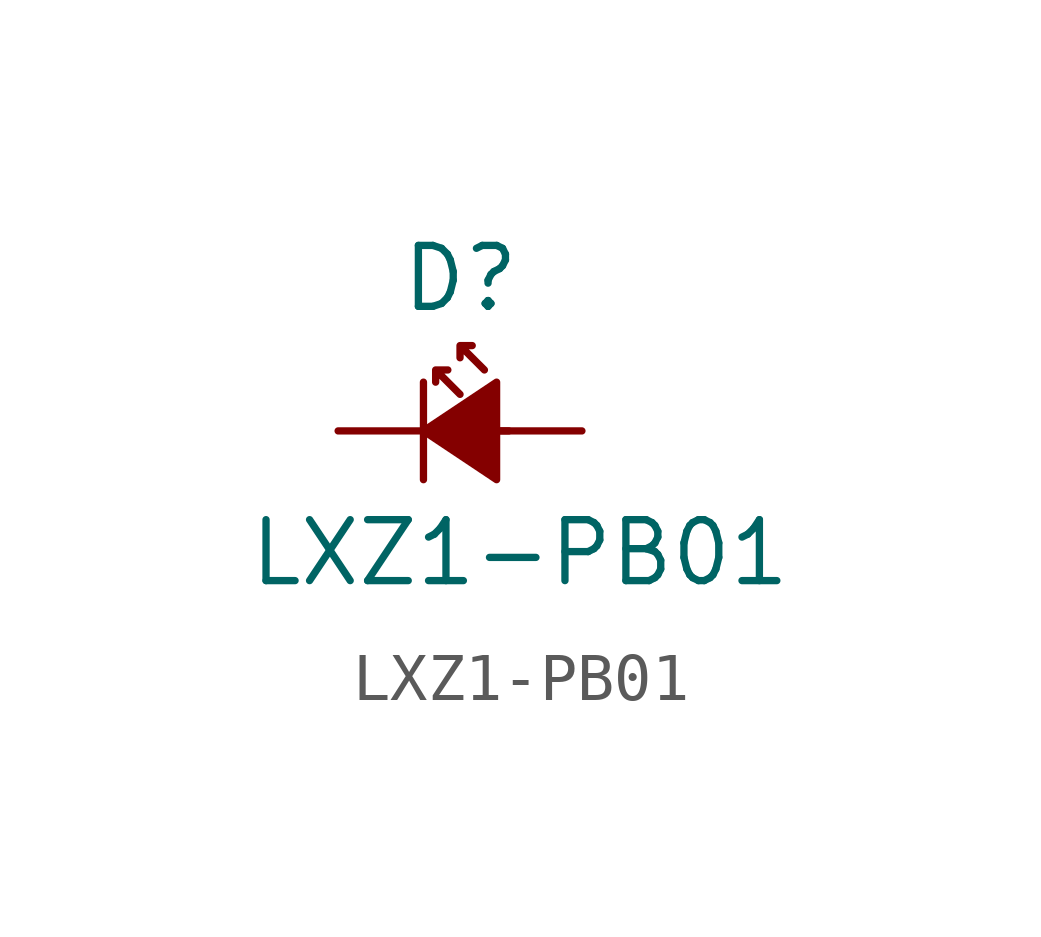
<source format=kicad_sym>
(kicad_symbol_lib
  (version 20231120)
  (generator "kicad_symbol_editor")
  (generator_version "8.0")
  (symbol "LXZ1-PB01"
    (pin_numbers hide)
    (pin_names
      (offset 0.254) hide)
    (property "Reference" "D"
      (at -1.27 3.175 0)
      (effects (font (size 1.27 1.27)) (justify left)))
    (property "Value" "LXZ1-PB01"
      (at -4.445 -2.54 0)
      (effects (font (size 1.27 1.27)) (justify left)))
    (symbol "LXZ1-PB01_0_1"
      (polyline (pts (xy -0.762 -1.016) (xy -0.762 1.016)) (stroke (width 0) (type solid)) (fill (type none)))
      (polyline (pts (xy 1.016 0) (xy -0.762 0)) (stroke (width 0) (type solid)) (fill (type none)))
      (polyline (pts (xy 0.762 -1.016) (xy -0.762 0) (xy 0.762 1.016) (xy 0.762 -1.016)) (stroke (width 0) (type solid)) (fill (type outline)))
      (polyline (pts (xy 0 0.762) (xy -0.508 1.27) (xy -0.254 1.27) (xy -0.508 1.27) (xy -0.508 1.016)) (stroke (width 0) (type solid)) (fill (type none)))
      (polyline (pts (xy 0.508 1.27) (xy 0 1.778) (xy 0.254 1.778) (xy 0 1.778) (xy 0 1.524)) (stroke (width 0) (type solid)) (fill (type none))))
    (symbol "LXZ1-PB01_1_1"
      (pin passive line (at 2.54 0 180) (length 1.778) (name "A" (effects (font (size 1.27 1.27)))) (number "A" (effects (font (size 1.27 1.27)))))
      (pin passive line (at -2.54 0 0) (length 1.778) (name "C" (effects (font (size 1.27 1.27)))) (number "C" (effects (font (size 1.27 1.27))))))))
</source>
